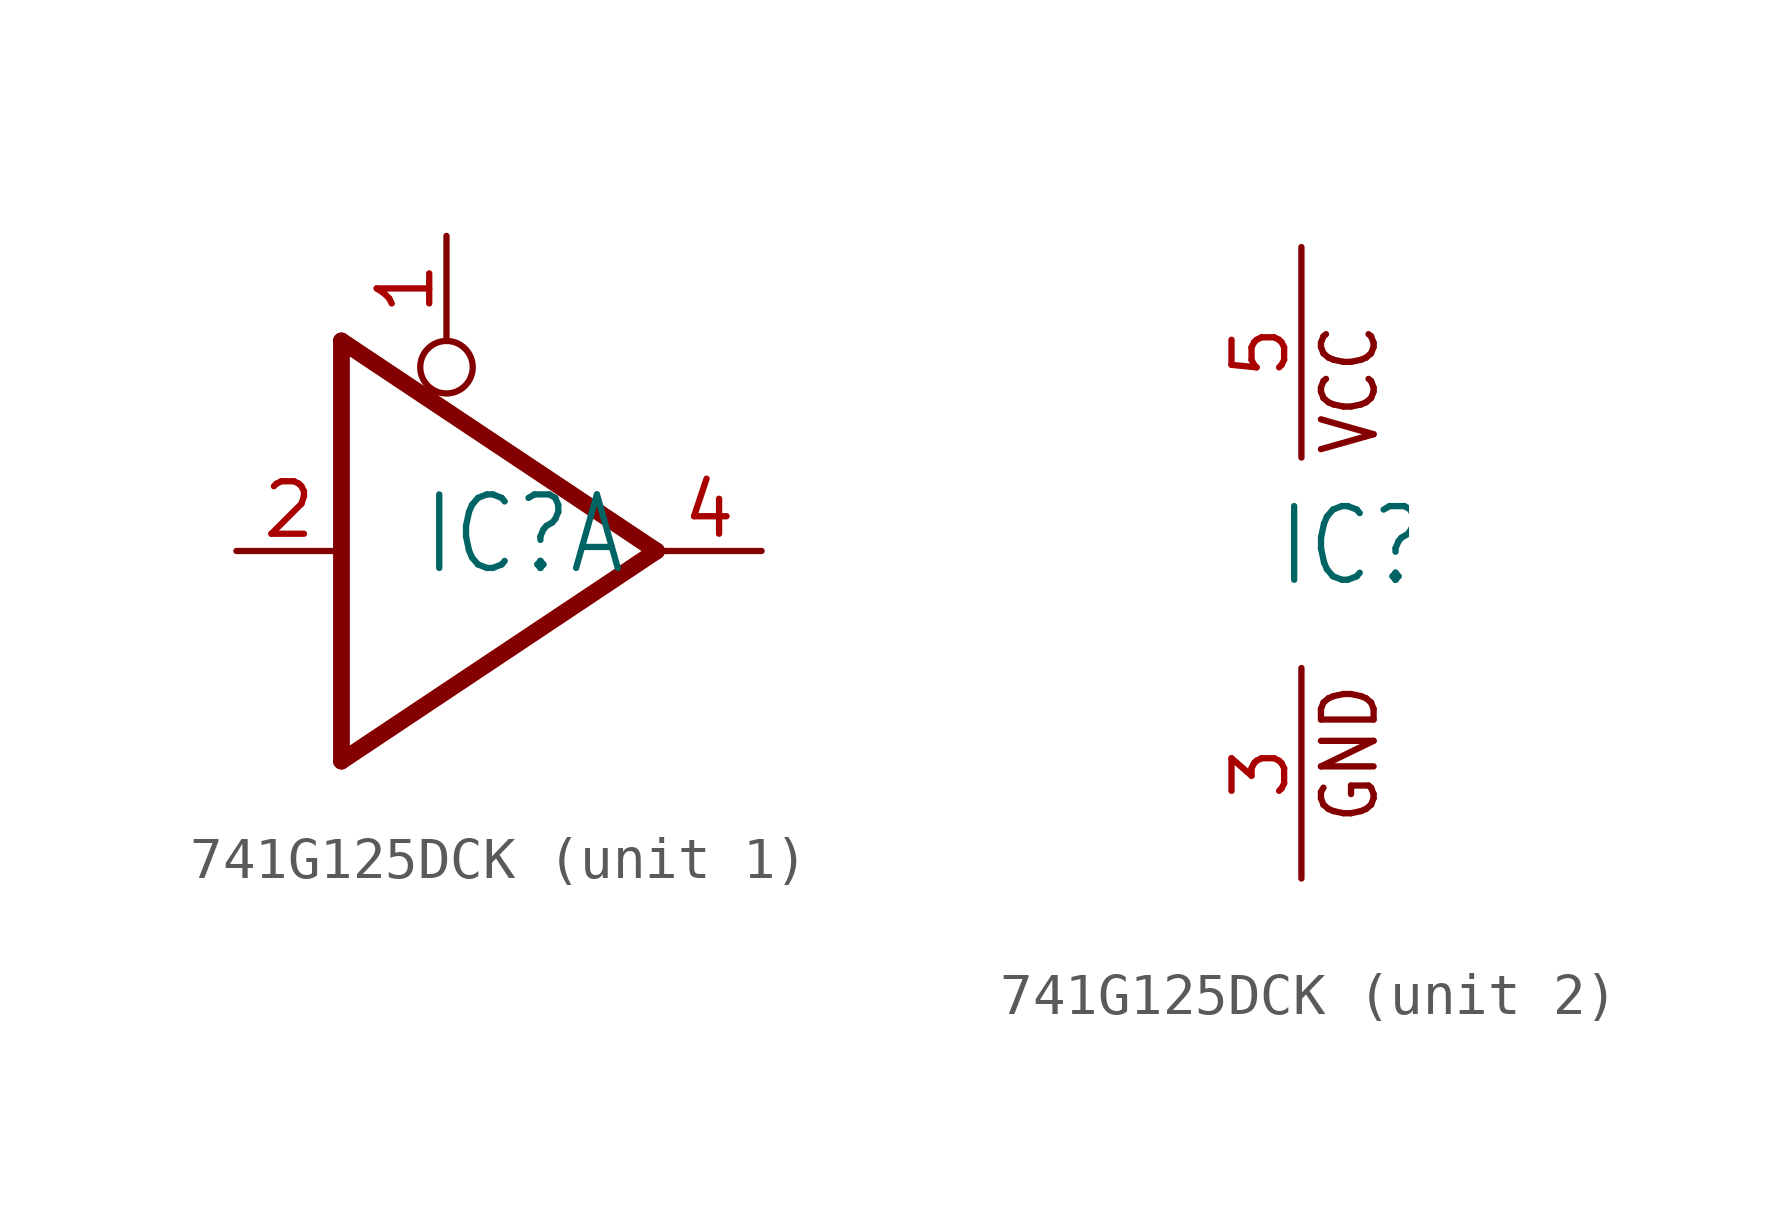
<source format=kicad_sym>
(kicad_symbol_lib
  (version 20211014)
  (generator kicad_symbol_editor)
  (symbol "741G125DCK"
    (property "Reference" "IC"
      (at -0.635 -0.635 0)
      (effects (font (size 1.778 1.511)) (justify left bottom)))
    (property "ki_locked" ""
      (at 0 0 0)
      (effects (font (size 1.27 1.27))))
    (symbol "741G125DCK_1_0"
      (polyline (pts (xy -2.54 -5.08) (xy -2.54 5.08)) (stroke (width 0.406) (type default) (color 0 0 0 0)) (fill (type none)))
      (polyline (pts (xy 5.08 0) (xy -2.54 -5.08)) (stroke (width 0.406) (type default) (color 0 0 0 0)) (fill (type none)))
      (polyline (pts (xy 5.08 0) (xy -2.54 5.08)) (stroke (width 0.406) (type default) (color 0 0 0 0)) (fill (type none)))
      (circle (center 0 4.445) (radius 0.635) (stroke (width 0.152) (type default) (color 0 0 0 0)) (fill (type none)))
      (pin input line (at 0 7.62 270) (length 2.54) (name "OE" (effects (font (size 0 0)))) (number "1" (effects (font (size 1.27 1.27)))))
      (pin input line (at -5.08 0 0) (length 2.54) (name "I" (effects (font (size 0 0)))) (number "2" (effects (font (size 1.27 1.27)))))
      (pin tri_state line (at 7.62 0 180) (length 2.54) (name "O" (effects (font (size 0 0)))) (number "4" (effects (font (size 1.27 1.27))))))
    (symbol "741G125DCK_2_0"
      (text "GND" (at 1.905 -6.35 900) (effects (font (size 1.27 1.079)) (justify left bottom)))
      (text "VCC" (at 1.905 2.54 900) (effects (font (size 1.27 1.079)) (justify left bottom)))
      (pin power_in line (at 0 -7.62 90) (length 5.08) (name "GND" (effects (font (size 0 0)))) (number "3" (effects (font (size 1.27 1.27)))))
      (pin power_in line (at 0 7.62 270) (length 5.08) (name "VCC" (effects (font (size 0 0)))) (number "5" (effects (font (size 1.27 1.27))))))))
</source>
